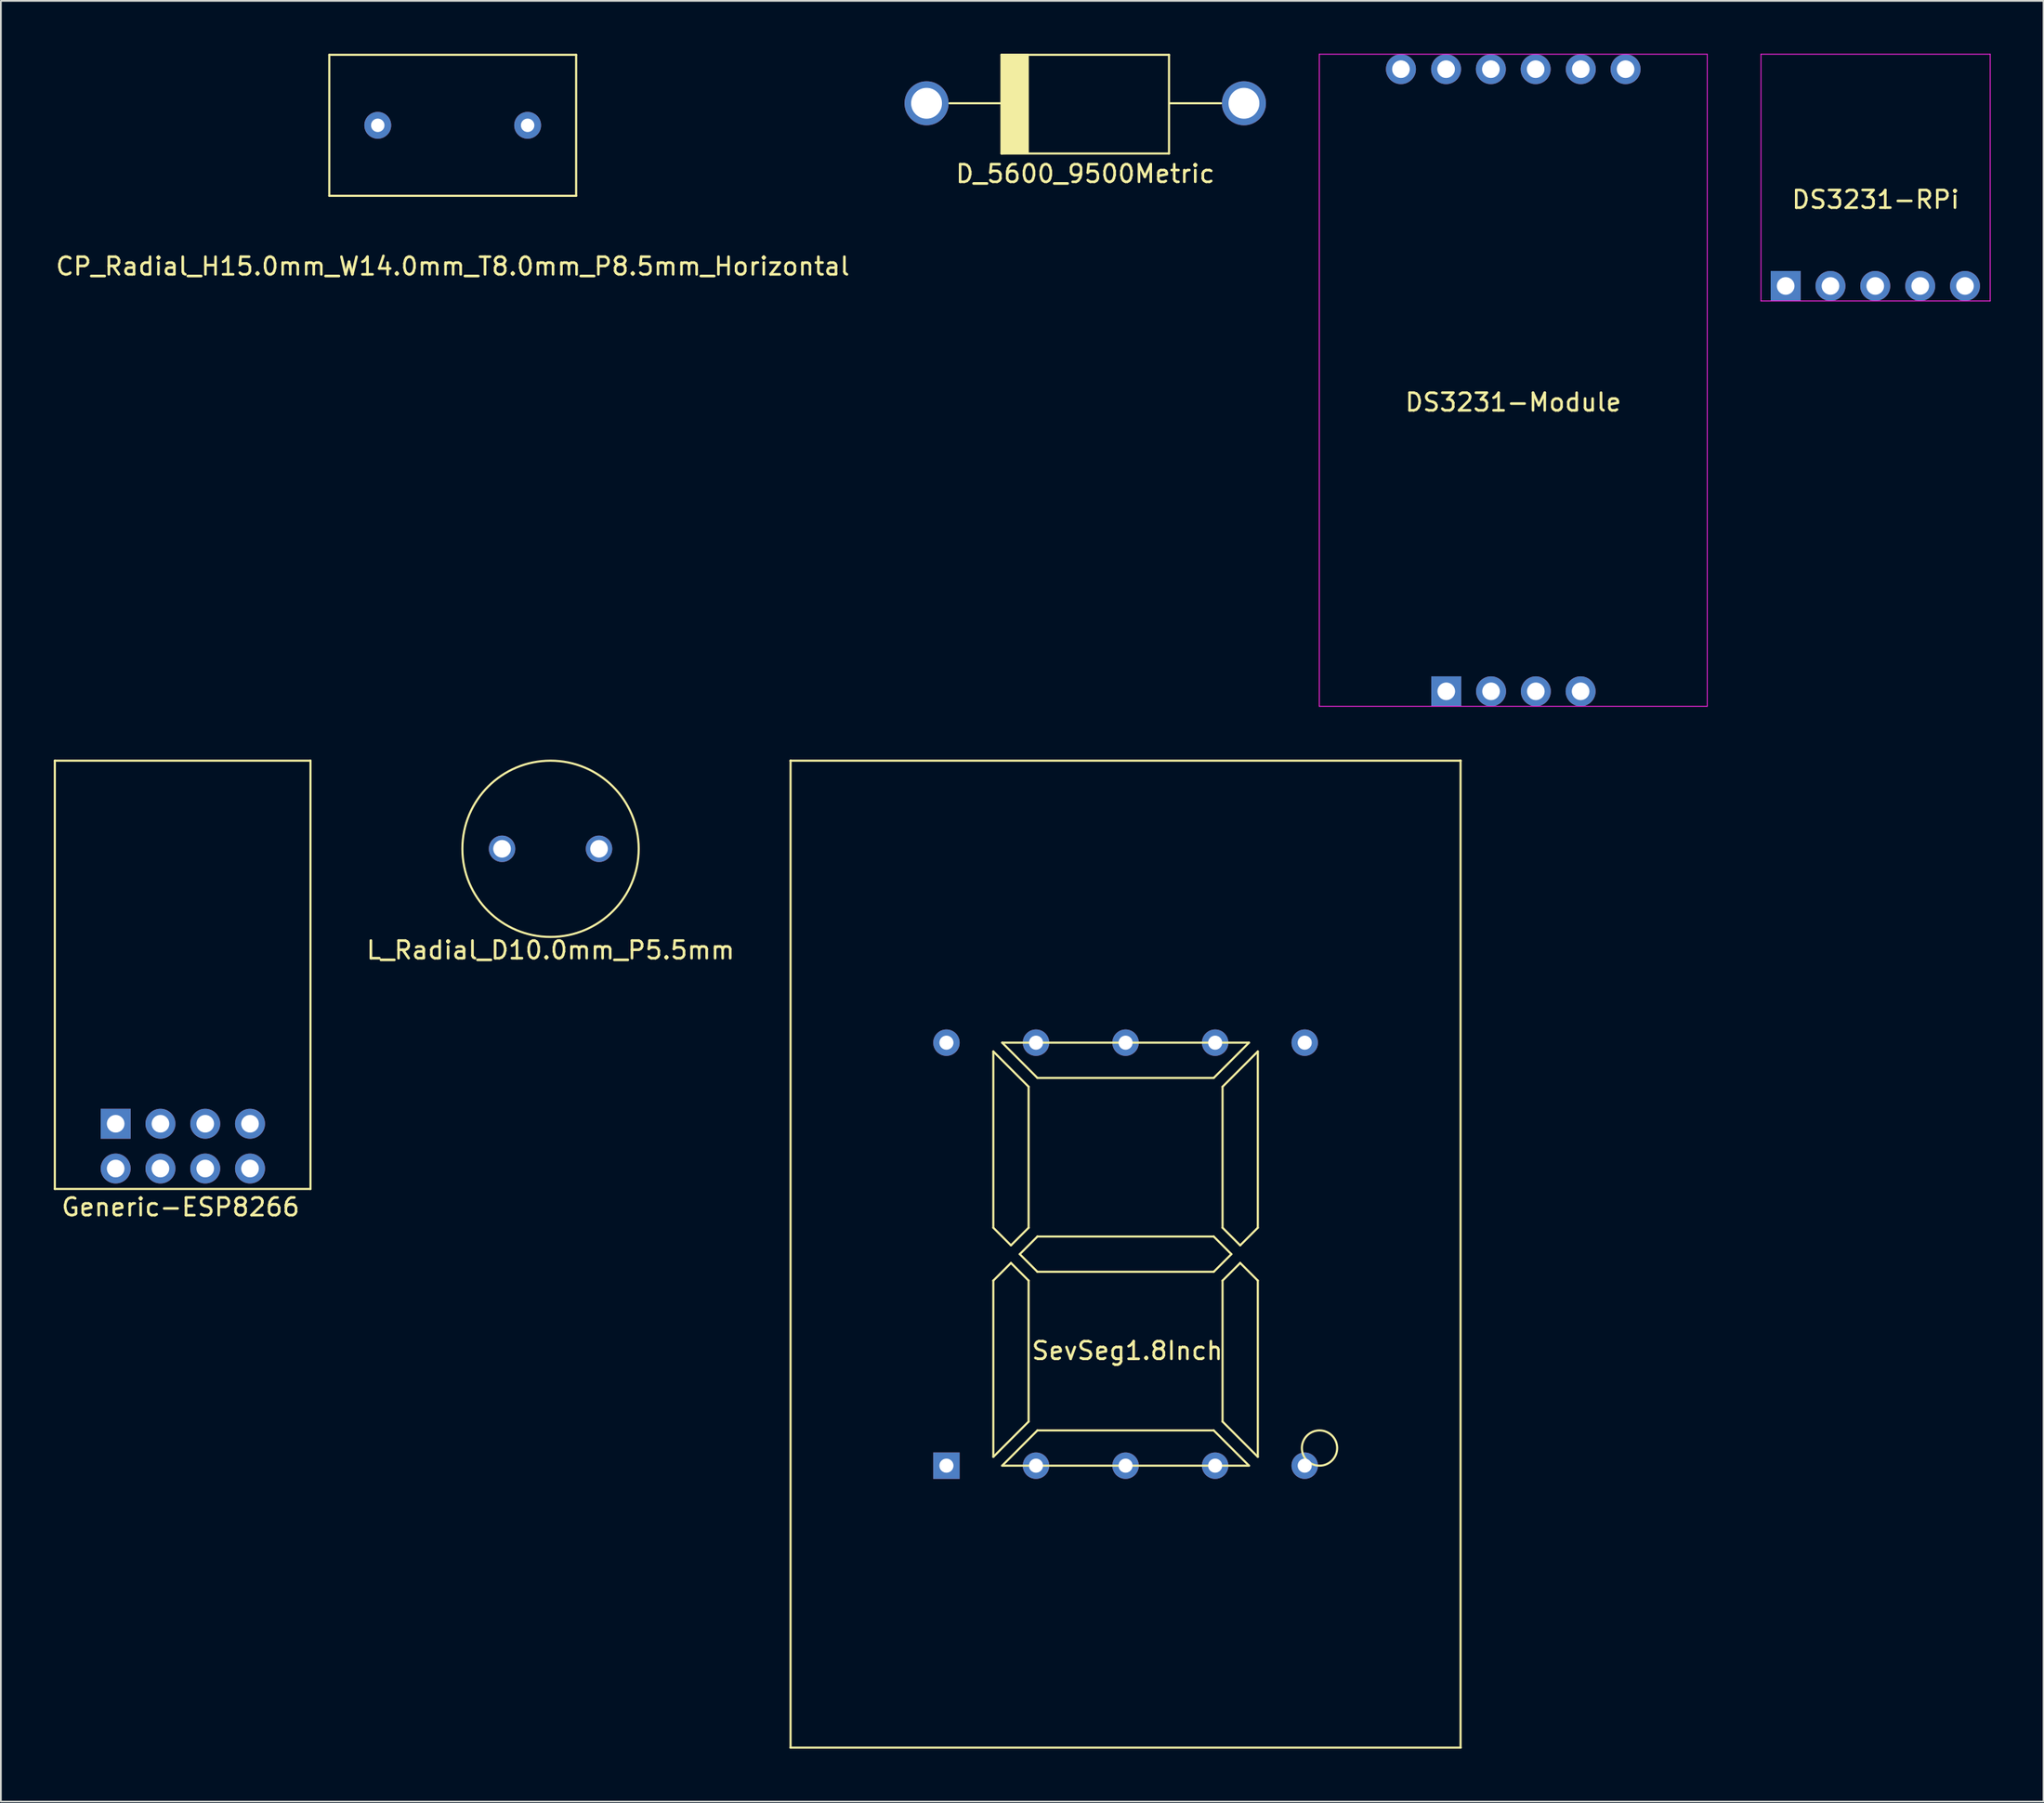
<source format=kicad_pcb>
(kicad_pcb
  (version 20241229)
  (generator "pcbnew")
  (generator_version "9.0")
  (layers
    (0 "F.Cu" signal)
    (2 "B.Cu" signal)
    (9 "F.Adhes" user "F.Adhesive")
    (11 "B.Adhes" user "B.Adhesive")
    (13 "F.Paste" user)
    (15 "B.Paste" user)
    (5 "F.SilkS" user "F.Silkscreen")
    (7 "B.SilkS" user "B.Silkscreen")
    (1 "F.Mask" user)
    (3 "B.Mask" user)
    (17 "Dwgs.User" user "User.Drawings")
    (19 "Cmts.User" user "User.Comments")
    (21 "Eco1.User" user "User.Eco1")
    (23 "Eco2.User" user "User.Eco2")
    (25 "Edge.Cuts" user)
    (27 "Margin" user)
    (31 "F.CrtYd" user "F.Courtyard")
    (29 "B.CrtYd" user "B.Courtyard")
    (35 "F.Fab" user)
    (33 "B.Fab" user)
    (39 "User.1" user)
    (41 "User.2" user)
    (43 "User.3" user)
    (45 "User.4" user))
  (footprint "D_5600_9500Metric"
    (layer "F.Cu")
    (at 58.5 2.81)
    (property "Reference" "D_5600_9500Metric" (at 0 4 0) (layer "F.SilkS") (effects (font (size 1 1) (thickness 0.15))))
    (attr through_hole)
    (fp_line (start -7.7 0) (end -4.1 0) (stroke (width 0.12) (type solid)) (layer "F.SilkS"))
    (fp_line (start -4.75 -2.75) (end -4.75 2.85) (stroke (width 0.12) (type solid)) (layer "F.SilkS"))
    (fp_line (start -4.75 -2.75) (end 4.75 -2.75) (stroke (width 0.12) (type solid)) (layer "F.SilkS"))
    (fp_line (start 4.75 -2.75) (end 4.75 2.85) (stroke (width 0.12) (type solid)) (layer "F.SilkS"))
    (fp_line (start 4.75 2.85) (end -4.75 2.85) (stroke (width 0.12) (type solid)) (layer "F.SilkS"))
    (fp_line (start 7.7 0) (end 4.8 0) (stroke (width 0.12) (type solid)) (layer "F.SilkS"))
    (fp_poly (pts (xy -3.25 2.8) (xy -4.75 2.85) (xy -4.75 -2.75) (xy -3.25 -2.75)) (stroke (width 0.1) (type solid)) (fill yes) (layer "F.SilkS"))
    (pad "1" thru_hole circle (at -9 0) (size 2.5 2.5) (drill 1.75) (layers "*.Cu" "*.Mask"))
    (pad "2" thru_hole circle (at 9 0) (size 2.5 2.5) (drill 1.75) (layers "*.Cu" "*.Mask")))
  (footprint "DS3231-Module"
    (layer "F.Cu")
    (at 82.775 18.525)
    (property "Reference" "DS3231-Module" (at 0 1.25 0) (layer "F.SilkS") (effects (font (size 1 1) (thickness 0.15))))
    (attr through_hole)
    (fp_line (start -11 -18.5) (end -11 18.5) (stroke (width 0.05) (type solid)) (layer "F.CrtYd"))
    (fp_line (start -11 -18.5) (end 11 -18.5) (stroke (width 0.05) (type solid)) (layer "F.CrtYd"))
    (fp_line (start 11 -18.5) (end 11 18.5) (stroke (width 0.05) (type solid)) (layer "F.CrtYd"))
    (fp_line (start 11 18.5) (end -11 18.5) (stroke (width 0.05) (type solid)) (layer "F.CrtYd"))
    (pad "1" thru_hole rect (at -3.8 17.65 90) (size 1.7 1.7) (drill 1) (layers "*.Cu" "*.Mask"))
    (pad "2" thru_hole oval (at -1.26 17.65 90) (size 1.7 1.7) (drill 1) (layers "*.Cu" "*.Mask"))
    (pad "3" thru_hole oval (at 1.28 17.65 90) (size 1.7 1.7) (drill 1) (layers "*.Cu" "*.Mask"))
    (pad "4" thru_hole oval (at 3.82 17.65 90) (size 1.7 1.7) (drill 1) (layers "*.Cu" "*.Mask"))
    (pad "5" thru_hole oval (at 6.37 -17.65 90) (size 1.7 1.7) (drill 1) (layers "*.Cu" "*.Mask"))
    (pad "6" thru_hole oval (at 3.83 -17.65 90) (size 1.7 1.7) (drill 1) (layers "*.Cu" "*.Mask"))
    (pad "7" thru_hole oval (at 1.27 -17.65 90) (size 1.7 1.7) (drill 1) (layers "*.Cu" "*.Mask"))
    (pad "8" thru_hole oval (at -1.27 -17.65 90) (size 1.7 1.7) (drill 1) (layers "*.Cu" "*.Mask"))
    (pad "9" thru_hole oval (at -3.81 -17.65 90) (size 1.7 1.7) (drill 1) (layers "*.Cu" "*.Mask"))
    (pad "10" thru_hole oval (at -6.37 -17.65 90) (size 1.7 1.7) (drill 1) (layers "*.Cu" "*.Mask")))
  (footprint "Generic-ESP8266"
    (layer "F.Cu")
    (at 7.31 52.26)
    (property "Reference" "Generic-ESP8266" (at -0.12 13.18 0) (layer "F.SilkS") (effects (font (size 1 1) (thickness 0.15))))
    (attr through_hole)
    (fp_line (start -7.25 -12.15) (end 7.25 -12.15) (stroke (width 0.12) (type solid)) (layer "F.SilkS"))
    (fp_line (start -7.25 12.15) (end -7.25 -12.15) (stroke (width 0.12) (type solid)) (layer "F.SilkS"))
    (fp_line (start 7.25 -12.15) (end 7.25 12.15) (stroke (width 0.12) (type solid)) (layer "F.SilkS"))
    (fp_line (start 7.25 12.15) (end -7.25 12.15) (stroke (width 0.12) (type solid)) (layer "F.SilkS"))
    (pad "1" thru_hole rect (at -3.8 8.45 90) (size 1.7 1.7) (drill 1) (layers "*.Cu" "*.Mask"))
    (pad "2" thru_hole oval (at -3.8 10.99 90) (size 1.7 1.7) (drill 1) (layers "*.Cu" "*.Mask"))
    (pad "3" thru_hole oval (at -1.26 8.45 90) (size 1.7 1.7) (drill 1) (layers "*.Cu" "*.Mask"))
    (pad "4" thru_hole oval (at -1.26 10.99 90) (size 1.7 1.7) (drill 1) (layers "*.Cu" "*.Mask"))
    (pad "5" thru_hole oval (at 1.28 8.45 90) (size 1.7 1.7) (drill 1) (layers "*.Cu" "*.Mask"))
    (pad "6" thru_hole oval (at 1.28 10.99 90) (size 1.7 1.7) (drill 1) (layers "*.Cu" "*.Mask"))
    (pad "7" thru_hole oval (at 3.82 8.45 90) (size 1.7 1.7) (drill 1) (layers "*.Cu" "*.Mask"))
    (pad "8" thru_hole oval (at 3.82 10.99 90) (size 1.7 1.7) (drill 1) (layers "*.Cu" "*.Mask")))
  (footprint "DS3231-RPi"
    (layer "F.Cu")
    (at 103.325 7.025)
    (property "Reference" "DS3231-RPi" (at 0 1.25 0) (layer "F.SilkS") (effects (font (size 1 1) (thickness 0.15))))
    (attr through_hole)
    (fp_line (start -6.5 -7) (end -6.5 7) (stroke (width 0.05) (type solid)) (layer "F.CrtYd"))
    (fp_line (start -6.5 -7) (end 6.5 -7) (stroke (width 0.05) (type solid)) (layer "F.CrtYd"))
    (fp_line (start 6.5 -7) (end 6.5 7) (stroke (width 0.05) (type solid)) (layer "F.CrtYd"))
    (fp_line (start 6.5 7) (end -6.5 7) (stroke (width 0.05) (type solid)) (layer "F.CrtYd"))
    (pad "1" thru_hole rect (at -5.1 6.15 90) (size 1.7 1.7) (drill 1) (layers "*.Cu" "*.Mask"))
    (pad "2" thru_hole oval (at -2.56 6.15 90) (size 1.7 1.7) (drill 1) (layers "*.Cu" "*.Mask"))
    (pad "3" thru_hole oval (at -0.02 6.15 90) (size 1.7 1.7) (drill 1) (layers "*.Cu" "*.Mask"))
    (pad "4" thru_hole oval (at 2.53 6.15 90) (size 1.7 1.7) (drill 1) (layers "*.Cu" "*.Mask"))
    (pad "5" thru_hole oval (at 5.07 6.15 90) (size 1.7 1.7) (drill 1) (layers "*.Cu" "*.Mask")))
  (footprint "L_Radial_D10.0mm_P5.5mm"
    (layer "F.Cu")
    (at 28.174 45.11)
    (property "Reference" "L_Radial_D10.0mm_P5.5mm" (at 0 5.75 0) (layer "F.SilkS") (effects (font (size 1 1) (thickness 0.15))))
    (attr through_hole)
    (fp_circle (center 0 0) (end 0 -5) (stroke (width 0.12) (type solid)) (fill no) (layer "F.SilkS"))
    (pad "1" thru_hole circle (at -2.75 0) (size 1.5 1.5) (drill 1) (layers "*.Cu" "*.Mask"))
    (pad "2" thru_hole circle (at 2.75 0) (size 1.5 1.5) (drill 1) (layers "*.Cu" "*.Mask")))
  (footprint "SevSeg1.8Inch"
    (layer "F.Cu")
    (at 60.787 68.11)
    (property "Reference" "SevSeg1.8Inch" (at 0.1 5.48 0) (layer "F.SilkS") (effects (font (size 1 1) (thickness 0.15))))
    (attr through_hole)
    (fp_line (start -19 -28) (end -19 -28) (stroke (width 0.12) (type solid)) (layer "F.SilkS"))
    (fp_line (start -19 -28) (end 19 -28) (stroke (width 0.12) (type solid)) (layer "F.SilkS"))
    (fp_line (start -19 28) (end -19 -28) (stroke (width 0.12) (type solid)) (layer "F.SilkS"))
    (fp_line (start -19 28) (end -19 28) (stroke (width 0.12) (type solid)) (layer "F.SilkS"))
    (fp_line (start -19 28) (end 19 28) (stroke (width 0.12) (type solid)) (layer "F.SilkS"))
    (fp_line (start -7.5 -11.5) (end -7.5 -1.5) (stroke (width 0.12) (type solid)) (layer "F.SilkS"))
    (fp_line (start -7.5 -11.5) (end -5.5 -9.5) (stroke (width 0.12) (type solid)) (layer "F.SilkS"))
    (fp_line (start -7.5 1.5) (end -7.5 11.5) (stroke (width 0.12) (type solid)) (layer "F.SilkS"))
    (fp_line (start -7.5 1.5) (end -6.5 0.5) (stroke (width 0.12) (type solid)) (layer "F.SilkS"))
    (fp_line (start -7.5 11.5) (end -5.5 9.5) (stroke (width 0.12) (type solid)) (layer "F.SilkS"))
    (fp_line (start -7 -12) (end -5 -10) (stroke (width 0.12) (type solid)) (layer "F.SilkS"))
    (fp_line (start -7 -12) (end 7 -12) (stroke (width 0.12) (type solid)) (layer "F.SilkS"))
    (fp_line (start -6.5 -0.5) (end -7.5 -1.5) (stroke (width 0.12) (type solid)) (layer "F.SilkS"))
    (fp_line (start -6.5 0.5) (end -5.5 1.5) (stroke (width 0.12) (type solid)) (layer "F.SilkS"))
    (fp_line (start -6 0) (end -5 -1) (stroke (width 0.12) (type solid)) (layer "F.SilkS"))
    (fp_line (start -5.5 -9.5) (end -5.5 -1.5) (stroke (width 0.12) (type solid)) (layer "F.SilkS"))
    (fp_line (start -5.5 -1.5) (end -6.5 -0.5) (stroke (width 0.12) (type solid)) (layer "F.SilkS"))
    (fp_line (start -5.5 1.5) (end -5.5 9.5) (stroke (width 0.12) (type solid)) (layer "F.SilkS"))
    (fp_line (start -5 -10) (end 5 -10) (stroke (width 0.12) (type solid)) (layer "F.SilkS"))
    (fp_line (start -5 -1) (end 5 -1) (stroke (width 0.12) (type solid)) (layer "F.SilkS"))
    (fp_line (start -5 1) (end -6 0) (stroke (width 0.12) (type solid)) (layer "F.SilkS"))
    (fp_line (start -5 10) (end -7 12) (stroke (width 0.12) (type solid)) (layer "F.SilkS"))
    (fp_line (start -5 10) (end 5 10) (stroke (width 0.12) (type solid)) (layer "F.SilkS"))
    (fp_line (start 5 -1) (end 6 0) (stroke (width 0.12) (type solid)) (layer "F.SilkS"))
    (fp_line (start 5 1) (end -5 1) (stroke (width 0.12) (type solid)) (layer "F.SilkS"))
    (fp_line (start 5 10) (end 7 12) (stroke (width 0.12) (type solid)) (layer "F.SilkS"))
    (fp_line (start 5.5 -9.5) (end 5.5 -1.5) (stroke (width 0.12) (type solid)) (layer "F.SilkS"))
    (fp_line (start 5.5 -1.5) (end 6.5 -0.5) (stroke (width 0.12) (type solid)) (layer "F.SilkS"))
    (fp_line (start 5.5 1.5) (end 6.5 0.5) (stroke (width 0.12) (type solid)) (layer "F.SilkS"))
    (fp_line (start 5.5 9.5) (end 5.5 1.5) (stroke (width 0.12) (type solid)) (layer "F.SilkS"))
    (fp_line (start 6 0) (end 5 1) (stroke (width 0.12) (type solid)) (layer "F.SilkS"))
    (fp_line (start 6.5 -0.5) (end 7.5 -1.5) (stroke (width 0.12) (type solid)) (layer "F.SilkS"))
    (fp_line (start 6.5 0.5) (end 7.5 1.5) (stroke (width 0.12) (type solid)) (layer "F.SilkS"))
    (fp_line (start 7 -12) (end 5 -10) (stroke (width 0.12) (type solid)) (layer "F.SilkS"))
    (fp_line (start 7 12) (end -7 12) (stroke (width 0.12) (type solid)) (layer "F.SilkS"))
    (fp_line (start 7.5 -11.5) (end 5.5 -9.5) (stroke (width 0.12) (type solid)) (layer "F.SilkS"))
    (fp_line (start 7.5 -1.5) (end 7.5 -11.5) (stroke (width 0.12) (type solid)) (layer "F.SilkS"))
    (fp_line (start 7.5 1.5) (end 7.5 11.5) (stroke (width 0.12) (type solid)) (layer "F.SilkS"))
    (fp_line (start 7.5 11.5) (end 5.5 9.5) (stroke (width 0.12) (type solid)) (layer "F.SilkS"))
    (fp_line (start 19 -28) (end 19 -28) (stroke (width 0.12) (type solid)) (layer "F.SilkS"))
    (fp_line (start 19 28) (end 19 -28) (stroke (width 0.12) (type solid)) (layer "F.SilkS"))
    (fp_line (start 19 28) (end 19 28) (stroke (width 0.12) (type solid)) (layer "F.SilkS"))
    (fp_circle (center 11 11) (end 12 11) (stroke (width 0.12) (type solid)) (fill no) (layer "F.SilkS"))
    (pad "1" thru_hole rect (at -10.16 12) (size 1.5 1.5) (drill 0.8) (layers "*.Cu" "*.Mask"))
    (pad "2" thru_hole circle (at -5.08 12) (size 1.5 1.5) (drill 0.8) (layers "*.Cu" "*.Mask"))
    (pad "3" thru_hole circle (at 0 12) (size 1.5 1.5) (drill 0.8) (layers "*.Cu" "*.Mask"))
    (pad "4" thru_hole circle (at 5.08 12) (size 1.5 1.5) (drill 0.8) (layers "*.Cu" "*.Mask"))
    (pad "5" thru_hole circle (at 10.16 12) (size 1.5 1.5) (drill 0.8) (layers "*.Cu" "*.Mask"))
    (pad "6" thru_hole circle (at 10.16 -12) (size 1.5 1.5) (drill 0.8) (layers "*.Cu" "*.Mask"))
    (pad "7" thru_hole circle (at 5.08 -12) (size 1.5 1.5) (drill 0.8) (layers "*.Cu" "*.Mask"))
    (pad "8" thru_hole circle (at 0 -12) (size 1.5 1.5) (drill 0.8) (layers "*.Cu" "*.Mask"))
    (pad "9" thru_hole circle (at -5.08 -12) (size 1.5 1.5) (drill 0.8) (layers "*.Cu" "*.Mask"))
    (pad "10" thru_hole circle (at -10.16 -12) (size 1.5 1.5) (drill 0.8) (layers "*.Cu" "*.Mask")))
  (footprint "CP_Radial_H15.0mm_W14.0mm_T8.0mm_P8.5mm_Horizontal"
    (layer "F.Cu")
    (at 22.625 4.06)
    (property "Reference" "CP_Radial_H15.0mm_W14.0mm_T8.0mm_P8.5mm_Horizontal" (at 0 8 0) (layer "F.SilkS") (effects (font (size 1 1) (thickness 0.15))))
    (attr through_hole)
    (fp_line (start -7 -4) (end -7 4) (stroke (width 0.12) (type solid)) (layer "F.SilkS"))
    (fp_line (start -7 4) (end 7 4) (stroke (width 0.12) (type solid)) (layer "F.SilkS"))
    (fp_line (start 7 -4) (end -7 -4) (stroke (width 0.12) (type solid)) (layer "F.SilkS"))
    (fp_line (start 7 4) (end 7 -4) (stroke (width 0.12) (type solid)) (layer "F.SilkS"))
    (pad "1" thru_hole circle (at -4.25 0) (size 1.524 1.524) (drill 0.762) (layers "*.Cu" "*.Mask"))
    (pad "2" thru_hole circle (at 4.25 0) (size 1.524 1.524) (drill 0.762) (layers "*.Cu" "*.Mask")))
  (gr_rect
    (start -3 -3)
    (end 112.85 99.17)
    (stroke (width 0.1) (type default))
    (fill no)
    (layer "Edge.Cuts")))
</source>
